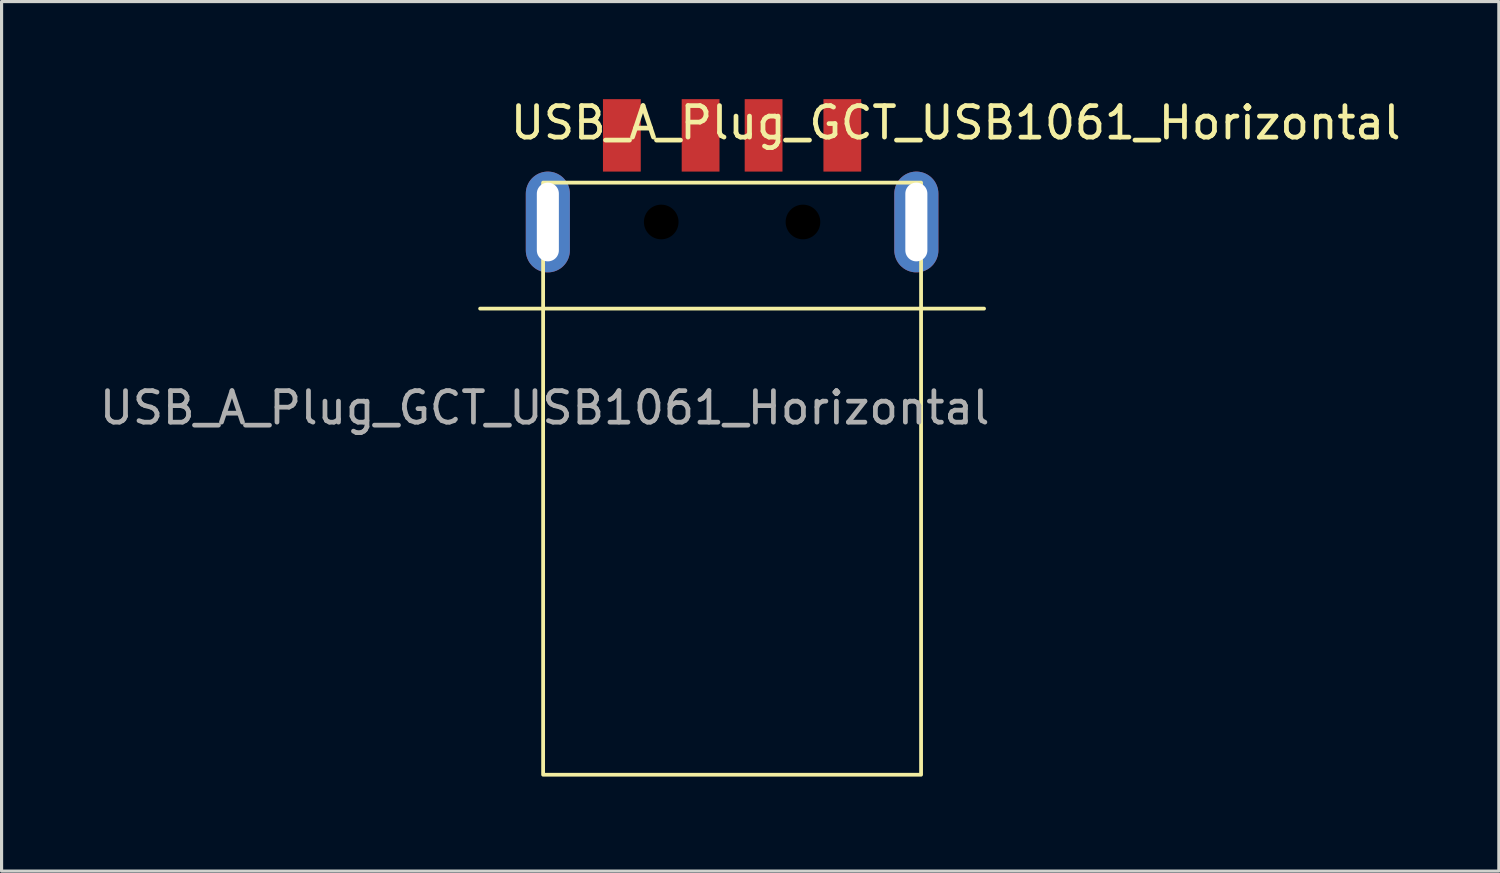
<source format=kicad_pcb>
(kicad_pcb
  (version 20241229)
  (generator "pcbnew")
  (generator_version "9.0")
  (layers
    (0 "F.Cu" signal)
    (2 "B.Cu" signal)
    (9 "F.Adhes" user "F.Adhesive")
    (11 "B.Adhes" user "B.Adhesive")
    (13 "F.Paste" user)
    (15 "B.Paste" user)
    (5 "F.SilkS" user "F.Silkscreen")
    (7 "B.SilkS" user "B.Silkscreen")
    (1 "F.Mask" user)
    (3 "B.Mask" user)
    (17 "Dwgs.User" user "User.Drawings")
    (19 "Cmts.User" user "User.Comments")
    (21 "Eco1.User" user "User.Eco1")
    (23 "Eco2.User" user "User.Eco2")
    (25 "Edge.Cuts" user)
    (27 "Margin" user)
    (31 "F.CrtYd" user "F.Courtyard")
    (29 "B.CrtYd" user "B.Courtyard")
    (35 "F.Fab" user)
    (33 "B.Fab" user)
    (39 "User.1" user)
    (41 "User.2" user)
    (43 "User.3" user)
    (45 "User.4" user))
  (footprint "USB_A_Plug_GCT_USB1061_Horizontal"
    (layer "F.Cu")
    (at 20.194 3.998)
    (property "Reference" "USB_A_Plug_GCT_USB1061_Horizontal" (at 7.1 -3.15 0) (unlocked yes) (layer "F.SilkS") (effects (font (size 1 1) (thickness 0.15))))
    (attr through_hole)
    (fp_line (start -8 2.75) (end 8 2.75) (stroke (width 0.12) (type solid)) (layer "F.SilkS"))
    (fp_rect (start -6 -1.25) (end 6 17.55) (stroke (width 0.12) (type solid)) (fill no) (layer "F.SilkS"))
    (fp_text user "${REFERENCE}" (at -5.95 5.9 0) (unlocked yes) (layer "F.Fab") (effects (font (size 1 1) (thickness 0.15))))
    (pad "" np_thru_hole circle (at -2.25 0) (size 1.1 1.1) (drill 1.1) (layers "*.Mask"))
    (pad "" np_thru_hole circle (at 2.25 0) (size 1.1 1.1) (drill 1.1) (layers "*.Mask"))
    (pad "1" smd rect (at -3.5 -2.75) (size 1.2 2.3) (layers "F.Cu" "F.Mask" "F.Paste"))
    (pad "2" smd rect (at -1 -2.75) (size 1.2 2.3) (layers "F.Cu" "F.Mask" "F.Paste"))
    (pad "3" smd rect (at 1 -2.75) (size 1.2 2.3) (layers "F.Cu" "F.Mask" "F.Paste"))
    (pad "4" smd rect (at 3.5 -2.75) (size 1.2 2.3) (layers "F.Cu" "F.Mask" "F.Paste"))
    (pad "5" thru_hole oval (at -5.85 0) (size 1.4 3.2) (drill oval 0.7 2.5) (layers "*.Cu" "*.Mask"))
    (pad "5" thru_hole oval (at 5.85 0) (size 1.4 3.2) (drill oval 0.7 2.5) (layers "*.Cu" "*.Mask")))
  (gr_rect
    (start -3 -3)
    (end 44.538 24.608)
    (stroke (width 0.1) (type default))
    (fill no)
    (layer "Edge.Cuts")))
</source>
